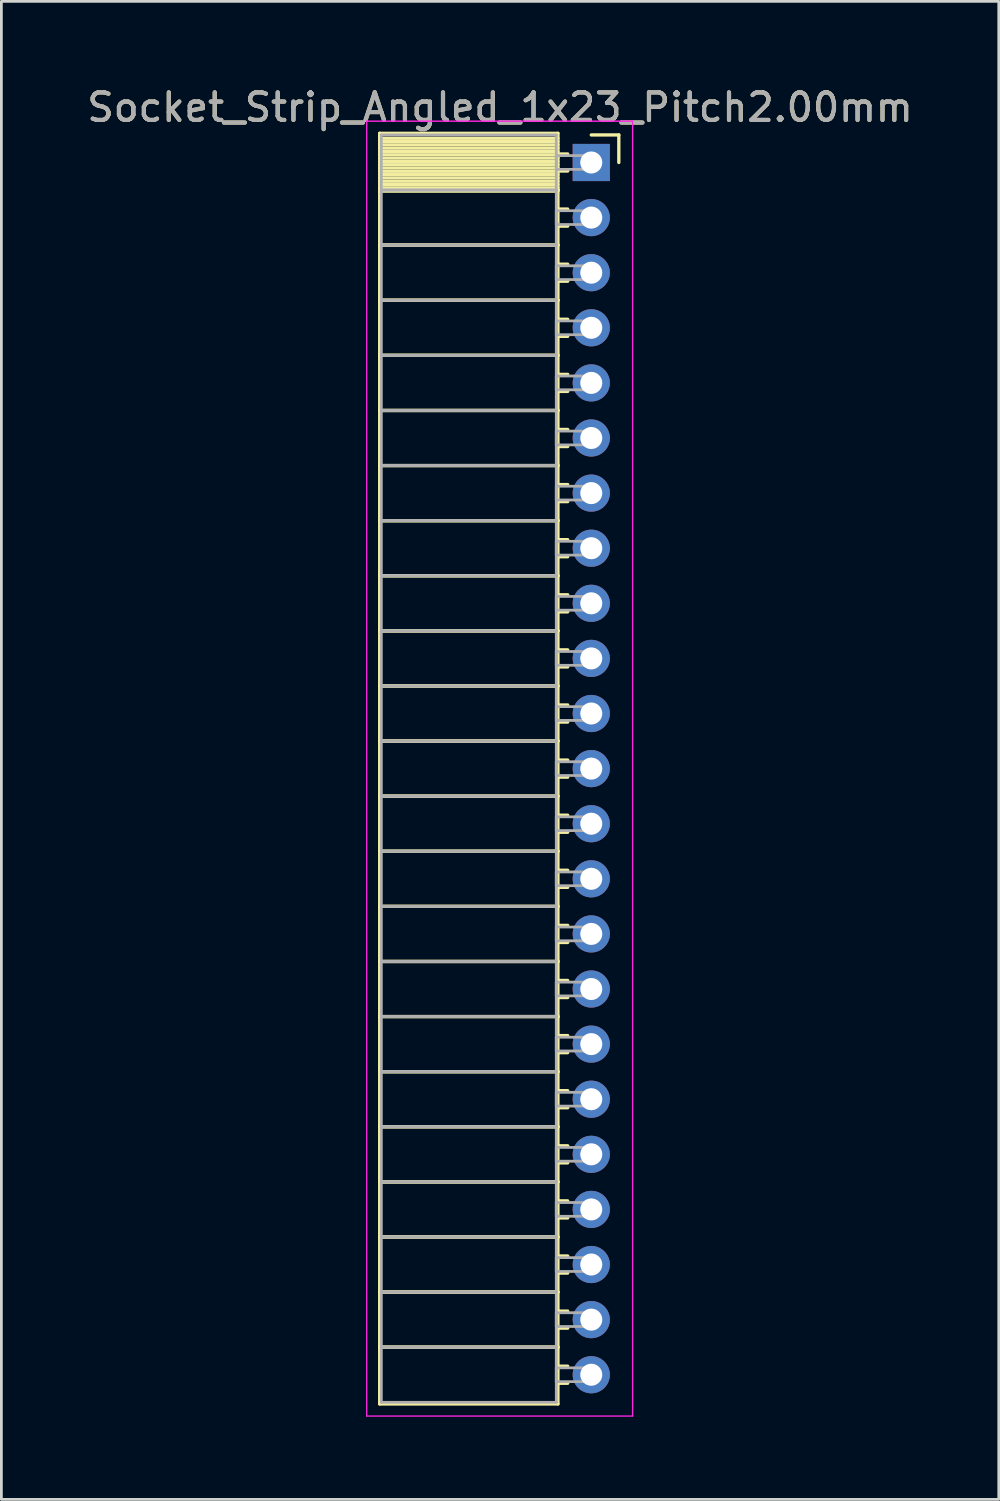
<source format=kicad_pcb>
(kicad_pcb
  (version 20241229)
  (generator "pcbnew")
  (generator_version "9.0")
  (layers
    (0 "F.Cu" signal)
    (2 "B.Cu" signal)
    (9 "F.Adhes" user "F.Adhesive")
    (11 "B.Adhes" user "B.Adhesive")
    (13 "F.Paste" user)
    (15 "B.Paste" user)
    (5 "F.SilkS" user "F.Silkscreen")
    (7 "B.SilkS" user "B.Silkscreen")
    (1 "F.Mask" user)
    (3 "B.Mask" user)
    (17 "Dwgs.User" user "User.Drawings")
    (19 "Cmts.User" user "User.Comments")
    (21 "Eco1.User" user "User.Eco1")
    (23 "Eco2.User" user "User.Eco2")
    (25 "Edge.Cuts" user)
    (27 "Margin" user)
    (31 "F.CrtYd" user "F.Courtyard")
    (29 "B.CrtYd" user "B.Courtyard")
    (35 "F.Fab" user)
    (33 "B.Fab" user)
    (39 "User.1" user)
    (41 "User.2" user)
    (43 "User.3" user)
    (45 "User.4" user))
  (footprint "Socket_Strip_Angled_1x23_Pitch2.00mm"
    (layer "F.Cu")
    (at 18.411 2.848)
    (property "Reference" "Socket_Strip_Angled_1x23_Pitch2.00mm" (at -3.31 -2 0) (layer "F.SilkS") (effects (font (size 1 1) (thickness 0.15))))
    (attr through_hole)
    (fp_line (start -7.68 -1.06) (end -1.21 -1.06) (stroke (width 0.12) (type solid)) (layer "F.SilkS"))
    (fp_line (start -7.68 1) (end -7.68 -1.06) (stroke (width 0.12) (type solid)) (layer "F.SilkS"))
    (fp_line (start -7.68 1) (end -1.21 1) (stroke (width 0.12) (type solid)) (layer "F.SilkS"))
    (fp_line (start -7.68 3) (end -7.68 1) (stroke (width 0.12) (type solid)) (layer "F.SilkS"))
    (fp_line (start -7.68 3) (end -1.21 3) (stroke (width 0.12) (type solid)) (layer "F.SilkS"))
    (fp_line (start -7.68 5) (end -7.68 3) (stroke (width 0.12) (type solid)) (layer "F.SilkS"))
    (fp_line (start -7.68 5) (end -1.21 5) (stroke (width 0.12) (type solid)) (layer "F.SilkS"))
    (fp_line (start -7.68 7) (end -7.68 5) (stroke (width 0.12) (type solid)) (layer "F.SilkS"))
    (fp_line (start -7.68 7) (end -1.21 7) (stroke (width 0.12) (type solid)) (layer "F.SilkS"))
    (fp_line (start -7.68 9) (end -7.68 7) (stroke (width 0.12) (type solid)) (layer "F.SilkS"))
    (fp_line (start -7.68 9) (end -1.21 9) (stroke (width 0.12) (type solid)) (layer "F.SilkS"))
    (fp_line (start -7.68 11) (end -7.68 9) (stroke (width 0.12) (type solid)) (layer "F.SilkS"))
    (fp_line (start -7.68 11) (end -1.21 11) (stroke (width 0.12) (type solid)) (layer "F.SilkS"))
    (fp_line (start -7.68 13) (end -7.68 11) (stroke (width 0.12) (type solid)) (layer "F.SilkS"))
    (fp_line (start -7.68 13) (end -1.21 13) (stroke (width 0.12) (type solid)) (layer "F.SilkS"))
    (fp_line (start -7.68 15) (end -7.68 13) (stroke (width 0.12) (type solid)) (layer "F.SilkS"))
    (fp_line (start -7.68 15) (end -1.21 15) (stroke (width 0.12) (type solid)) (layer "F.SilkS"))
    (fp_line (start -7.68 17) (end -7.68 15) (stroke (width 0.12) (type solid)) (layer "F.SilkS"))
    (fp_line (start -7.68 17) (end -1.21 17) (stroke (width 0.12) (type solid)) (layer "F.SilkS"))
    (fp_line (start -7.68 19) (end -7.68 17) (stroke (width 0.12) (type solid)) (layer "F.SilkS"))
    (fp_line (start -7.68 19) (end -1.21 19) (stroke (width 0.12) (type solid)) (layer "F.SilkS"))
    (fp_line (start -7.68 21) (end -7.68 19) (stroke (width 0.12) (type solid)) (layer "F.SilkS"))
    (fp_line (start -7.68 21) (end -1.21 21) (stroke (width 0.12) (type solid)) (layer "F.SilkS"))
    (fp_line (start -7.68 23) (end -7.68 21) (stroke (width 0.12) (type solid)) (layer "F.SilkS"))
    (fp_line (start -7.68 23) (end -1.21 23) (stroke (width 0.12) (type solid)) (layer "F.SilkS"))
    (fp_line (start -7.68 25) (end -7.68 23) (stroke (width 0.12) (type solid)) (layer "F.SilkS"))
    (fp_line (start -7.68 25) (end -1.21 25) (stroke (width 0.12) (type solid)) (layer "F.SilkS"))
    (fp_line (start -7.68 27) (end -7.68 25) (stroke (width 0.12) (type solid)) (layer "F.SilkS"))
    (fp_line (start -7.68 27) (end -1.21 27) (stroke (width 0.12) (type solid)) (layer "F.SilkS"))
    (fp_line (start -7.68 29) (end -7.68 27) (stroke (width 0.12) (type solid)) (layer "F.SilkS"))
    (fp_line (start -7.68 29) (end -1.21 29) (stroke (width 0.12) (type solid)) (layer "F.SilkS"))
    (fp_line (start -7.68 31) (end -7.68 29) (stroke (width 0.12) (type solid)) (layer "F.SilkS"))
    (fp_line (start -7.68 31) (end -1.21 31) (stroke (width 0.12) (type solid)) (layer "F.SilkS"))
    (fp_line (start -7.68 33) (end -7.68 31) (stroke (width 0.12) (type solid)) (layer "F.SilkS"))
    (fp_line (start -7.68 33) (end -1.21 33) (stroke (width 0.12) (type solid)) (layer "F.SilkS"))
    (fp_line (start -7.68 35) (end -7.68 33) (stroke (width 0.12) (type solid)) (layer "F.SilkS"))
    (fp_line (start -7.68 35) (end -1.21 35) (stroke (width 0.12) (type solid)) (layer "F.SilkS"))
    (fp_line (start -7.68 37) (end -7.68 35) (stroke (width 0.12) (type solid)) (layer "F.SilkS"))
    (fp_line (start -7.68 37) (end -1.21 37) (stroke (width 0.12) (type solid)) (layer "F.SilkS"))
    (fp_line (start -7.68 39) (end -7.68 37) (stroke (width 0.12) (type solid)) (layer "F.SilkS"))
    (fp_line (start -7.68 39) (end -1.21 39) (stroke (width 0.12) (type solid)) (layer "F.SilkS"))
    (fp_line (start -7.68 41) (end -7.68 39) (stroke (width 0.12) (type solid)) (layer "F.SilkS"))
    (fp_line (start -7.68 41) (end -1.21 41) (stroke (width 0.12) (type solid)) (layer "F.SilkS"))
    (fp_line (start -7.68 43) (end -7.68 41) (stroke (width 0.12) (type solid)) (layer "F.SilkS"))
    (fp_line (start -7.68 43) (end -1.21 43) (stroke (width 0.12) (type solid)) (layer "F.SilkS"))
    (fp_line (start -7.68 45.06) (end -7.68 43) (stroke (width 0.12) (type solid)) (layer "F.SilkS"))
    (fp_line (start -1.21 -1.06) (end -1.21 1) (stroke (width 0.12) (type solid)) (layer "F.SilkS"))
    (fp_line (start -1.21 -0.88) (end -7.68 -0.88) (stroke (width 0.12) (type solid)) (layer "F.SilkS"))
    (fp_line (start -1.21 -0.76) (end -7.68 -0.76) (stroke (width 0.12) (type solid)) (layer "F.SilkS"))
    (fp_line (start -1.21 -0.64) (end -7.68 -0.64) (stroke (width 0.12) (type solid)) (layer "F.SilkS"))
    (fp_line (start -1.21 -0.52) (end -7.68 -0.52) (stroke (width 0.12) (type solid)) (layer "F.SilkS"))
    (fp_line (start -1.21 -0.4) (end -7.68 -0.4) (stroke (width 0.12) (type solid)) (layer "F.SilkS"))
    (fp_line (start -1.21 -0.28) (end -7.68 -0.28) (stroke (width 0.12) (type solid)) (layer "F.SilkS"))
    (fp_line (start -1.21 -0.16) (end -7.68 -0.16) (stroke (width 0.12) (type solid)) (layer "F.SilkS"))
    (fp_line (start -1.21 -0.04) (end -7.68 -0.04) (stroke (width 0.12) (type solid)) (layer "F.SilkS"))
    (fp_line (start -1.21 0.08) (end -7.68 0.08) (stroke (width 0.12) (type solid)) (layer "F.SilkS"))
    (fp_line (start -1.21 0.2) (end -7.68 0.2) (stroke (width 0.12) (type solid)) (layer "F.SilkS"))
    (fp_line (start -1.21 0.32) (end -7.68 0.32) (stroke (width 0.12) (type solid)) (layer "F.SilkS"))
    (fp_line (start -1.21 0.44) (end -7.68 0.44) (stroke (width 0.12) (type solid)) (layer "F.SilkS"))
    (fp_line (start -1.21 0.56) (end -7.68 0.56) (stroke (width 0.12) (type solid)) (layer "F.SilkS"))
    (fp_line (start -1.21 0.68) (end -7.68 0.68) (stroke (width 0.12) (type solid)) (layer "F.SilkS"))
    (fp_line (start -1.21 0.8) (end -7.68 0.8) (stroke (width 0.12) (type solid)) (layer "F.SilkS"))
    (fp_line (start -1.21 0.92) (end -7.68 0.92) (stroke (width 0.12) (type solid)) (layer "F.SilkS"))
    (fp_line (start -1.21 1) (end -7.68 1) (stroke (width 0.12) (type solid)) (layer "F.SilkS"))
    (fp_line (start -1.21 1) (end -1.21 3) (stroke (width 0.12) (type solid)) (layer "F.SilkS"))
    (fp_line (start -1.21 1.04) (end -7.68 1.04) (stroke (width 0.12) (type solid)) (layer "F.SilkS"))
    (fp_line (start -1.21 3) (end -7.68 3) (stroke (width 0.12) (type solid)) (layer "F.SilkS"))
    (fp_line (start -1.21 3) (end -1.21 5) (stroke (width 0.12) (type solid)) (layer "F.SilkS"))
    (fp_line (start -1.21 5) (end -7.68 5) (stroke (width 0.12) (type solid)) (layer "F.SilkS"))
    (fp_line (start -1.21 5) (end -1.21 7) (stroke (width 0.12) (type solid)) (layer "F.SilkS"))
    (fp_line (start -1.21 7) (end -7.68 7) (stroke (width 0.12) (type solid)) (layer "F.SilkS"))
    (fp_line (start -1.21 7) (end -1.21 9) (stroke (width 0.12) (type solid)) (layer "F.SilkS"))
    (fp_line (start -1.21 9) (end -7.68 9) (stroke (width 0.12) (type solid)) (layer "F.SilkS"))
    (fp_line (start -1.21 9) (end -1.21 11) (stroke (width 0.12) (type solid)) (layer "F.SilkS"))
    (fp_line (start -1.21 11) (end -7.68 11) (stroke (width 0.12) (type solid)) (layer "F.SilkS"))
    (fp_line (start -1.21 11) (end -1.21 13) (stroke (width 0.12) (type solid)) (layer "F.SilkS"))
    (fp_line (start -1.21 13) (end -7.68 13) (stroke (width 0.12) (type solid)) (layer "F.SilkS"))
    (fp_line (start -1.21 13) (end -1.21 15) (stroke (width 0.12) (type solid)) (layer "F.SilkS"))
    (fp_line (start -1.21 15) (end -7.68 15) (stroke (width 0.12) (type solid)) (layer "F.SilkS"))
    (fp_line (start -1.21 15) (end -1.21 17) (stroke (width 0.12) (type solid)) (layer "F.SilkS"))
    (fp_line (start -1.21 17) (end -7.68 17) (stroke (width 0.12) (type solid)) (layer "F.SilkS"))
    (fp_line (start -1.21 17) (end -1.21 19) (stroke (width 0.12) (type solid)) (layer "F.SilkS"))
    (fp_line (start -1.21 19) (end -7.68 19) (stroke (width 0.12) (type solid)) (layer "F.SilkS"))
    (fp_line (start -1.21 19) (end -1.21 21) (stroke (width 0.12) (type solid)) (layer "F.SilkS"))
    (fp_line (start -1.21 21) (end -7.68 21) (stroke (width 0.12) (type solid)) (layer "F.SilkS"))
    (fp_line (start -1.21 21) (end -1.21 23) (stroke (width 0.12) (type solid)) (layer "F.SilkS"))
    (fp_line (start -1.21 23) (end -7.68 23) (stroke (width 0.12) (type solid)) (layer "F.SilkS"))
    (fp_line (start -1.21 23) (end -1.21 25) (stroke (width 0.12) (type solid)) (layer "F.SilkS"))
    (fp_line (start -1.21 25) (end -7.68 25) (stroke (width 0.12) (type solid)) (layer "F.SilkS"))
    (fp_line (start -1.21 25) (end -1.21 27) (stroke (width 0.12) (type solid)) (layer "F.SilkS"))
    (fp_line (start -1.21 27) (end -7.68 27) (stroke (width 0.12) (type solid)) (layer "F.SilkS"))
    (fp_line (start -1.21 27) (end -1.21 29) (stroke (width 0.12) (type solid)) (layer "F.SilkS"))
    (fp_line (start -1.21 29) (end -7.68 29) (stroke (width 0.12) (type solid)) (layer "F.SilkS"))
    (fp_line (start -1.21 29) (end -1.21 31) (stroke (width 0.12) (type solid)) (layer "F.SilkS"))
    (fp_line (start -1.21 31) (end -7.68 31) (stroke (width 0.12) (type solid)) (layer "F.SilkS"))
    (fp_line (start -1.21 31) (end -1.21 33) (stroke (width 0.12) (type solid)) (layer "F.SilkS"))
    (fp_line (start -1.21 33) (end -7.68 33) (stroke (width 0.12) (type solid)) (layer "F.SilkS"))
    (fp_line (start -1.21 33) (end -1.21 35) (stroke (width 0.12) (type solid)) (layer "F.SilkS"))
    (fp_line (start -1.21 35) (end -7.68 35) (stroke (width 0.12) (type solid)) (layer "F.SilkS"))
    (fp_line (start -1.21 35) (end -1.21 37) (stroke (width 0.12) (type solid)) (layer "F.SilkS"))
    (fp_line (start -1.21 37) (end -7.68 37) (stroke (width 0.12) (type solid)) (layer "F.SilkS"))
    (fp_line (start -1.21 37) (end -1.21 39) (stroke (width 0.12) (type solid)) (layer "F.SilkS"))
    (fp_line (start -1.21 39) (end -7.68 39) (stroke (width 0.12) (type solid)) (layer "F.SilkS"))
    (fp_line (start -1.21 39) (end -1.21 41) (stroke (width 0.12) (type solid)) (layer "F.SilkS"))
    (fp_line (start -1.21 41) (end -7.68 41) (stroke (width 0.12) (type solid)) (layer "F.SilkS"))
    (fp_line (start -1.21 41) (end -1.21 43) (stroke (width 0.12) (type solid)) (layer "F.SilkS"))
    (fp_line (start -1.21 43) (end -7.68 43) (stroke (width 0.12) (type solid)) (layer "F.SilkS"))
    (fp_line (start -1.21 43) (end -1.21 45.06) (stroke (width 0.12) (type solid)) (layer "F.SilkS"))
    (fp_line (start -1.21 45.06) (end -7.68 45.06) (stroke (width 0.12) (type solid)) (layer "F.SilkS"))
    (fp_line (start -0.855 -0.31) (end -1.21 -0.31) (stroke (width 0.12) (type solid)) (layer "F.SilkS"))
    (fp_line (start -0.855 0.31) (end -1.21 0.31) (stroke (width 0.12) (type solid)) (layer "F.SilkS"))
    (fp_line (start -0.855 1.69) (end -1.21 1.69) (stroke (width 0.12) (type solid)) (layer "F.SilkS"))
    (fp_line (start -0.855 2.31) (end -1.21 2.31) (stroke (width 0.12) (type solid)) (layer "F.SilkS"))
    (fp_line (start -0.855 3.69) (end -1.21 3.69) (stroke (width 0.12) (type solid)) (layer "F.SilkS"))
    (fp_line (start -0.855 4.31) (end -1.21 4.31) (stroke (width 0.12) (type solid)) (layer "F.SilkS"))
    (fp_line (start -0.855 5.69) (end -1.21 5.69) (stroke (width 0.12) (type solid)) (layer "F.SilkS"))
    (fp_line (start -0.855 6.31) (end -1.21 6.31) (stroke (width 0.12) (type solid)) (layer "F.SilkS"))
    (fp_line (start -0.855 7.69) (end -1.21 7.69) (stroke (width 0.12) (type solid)) (layer "F.SilkS"))
    (fp_line (start -0.855 8.31) (end -1.21 8.31) (stroke (width 0.12) (type solid)) (layer "F.SilkS"))
    (fp_line (start -0.855 9.69) (end -1.21 9.69) (stroke (width 0.12) (type solid)) (layer "F.SilkS"))
    (fp_line (start -0.855 10.31) (end -1.21 10.31) (stroke (width 0.12) (type solid)) (layer "F.SilkS"))
    (fp_line (start -0.855 11.69) (end -1.21 11.69) (stroke (width 0.12) (type solid)) (layer "F.SilkS"))
    (fp_line (start -0.855 12.31) (end -1.21 12.31) (stroke (width 0.12) (type solid)) (layer "F.SilkS"))
    (fp_line (start -0.855 13.69) (end -1.21 13.69) (stroke (width 0.12) (type solid)) (layer "F.SilkS"))
    (fp_line (start -0.855 14.31) (end -1.21 14.31) (stroke (width 0.12) (type solid)) (layer "F.SilkS"))
    (fp_line (start -0.855 15.69) (end -1.21 15.69) (stroke (width 0.12) (type solid)) (layer "F.SilkS"))
    (fp_line (start -0.855 16.31) (end -1.21 16.31) (stroke (width 0.12) (type solid)) (layer "F.SilkS"))
    (fp_line (start -0.855 17.69) (end -1.21 17.69) (stroke (width 0.12) (type solid)) (layer "F.SilkS"))
    (fp_line (start -0.855 18.31) (end -1.21 18.31) (stroke (width 0.12) (type solid)) (layer "F.SilkS"))
    (fp_line (start -0.855 19.69) (end -1.21 19.69) (stroke (width 0.12) (type solid)) (layer "F.SilkS"))
    (fp_line (start -0.855 20.31) (end -1.21 20.31) (stroke (width 0.12) (type solid)) (layer "F.SilkS"))
    (fp_line (start -0.855 21.69) (end -1.21 21.69) (stroke (width 0.12) (type solid)) (layer "F.SilkS"))
    (fp_line (start -0.855 22.31) (end -1.21 22.31) (stroke (width 0.12) (type solid)) (layer "F.SilkS"))
    (fp_line (start -0.855 23.69) (end -1.21 23.69) (stroke (width 0.12) (type solid)) (layer "F.SilkS"))
    (fp_line (start -0.855 24.31) (end -1.21 24.31) (stroke (width 0.12) (type solid)) (layer "F.SilkS"))
    (fp_line (start -0.855 25.69) (end -1.21 25.69) (stroke (width 0.12) (type solid)) (layer "F.SilkS"))
    (fp_line (start -0.855 26.31) (end -1.21 26.31) (stroke (width 0.12) (type solid)) (layer "F.SilkS"))
    (fp_line (start -0.855 27.69) (end -1.21 27.69) (stroke (width 0.12) (type solid)) (layer "F.SilkS"))
    (fp_line (start -0.855 28.31) (end -1.21 28.31) (stroke (width 0.12) (type solid)) (layer "F.SilkS"))
    (fp_line (start -0.855 29.69) (end -1.21 29.69) (stroke (width 0.12) (type solid)) (layer "F.SilkS"))
    (fp_line (start -0.855 30.31) (end -1.21 30.31) (stroke (width 0.12) (type solid)) (layer "F.SilkS"))
    (fp_line (start -0.855 31.69) (end -1.21 31.69) (stroke (width 0.12) (type solid)) (layer "F.SilkS"))
    (fp_line (start -0.855 32.31) (end -1.21 32.31) (stroke (width 0.12) (type solid)) (layer "F.SilkS"))
    (fp_line (start -0.855 33.69) (end -1.21 33.69) (stroke (width 0.12) (type solid)) (layer "F.SilkS"))
    (fp_line (start -0.855 34.31) (end -1.21 34.31) (stroke (width 0.12) (type solid)) (layer "F.SilkS"))
    (fp_line (start -0.855 35.69) (end -1.21 35.69) (stroke (width 0.12) (type solid)) (layer "F.SilkS"))
    (fp_line (start -0.855 36.31) (end -1.21 36.31) (stroke (width 0.12) (type solid)) (layer "F.SilkS"))
    (fp_line (start -0.855 37.69) (end -1.21 37.69) (stroke (width 0.12) (type solid)) (layer "F.SilkS"))
    (fp_line (start -0.855 38.31) (end -1.21 38.31) (stroke (width 0.12) (type solid)) (layer "F.SilkS"))
    (fp_line (start -0.855 39.69) (end -1.21 39.69) (stroke (width 0.12) (type solid)) (layer "F.SilkS"))
    (fp_line (start -0.855 40.31) (end -1.21 40.31) (stroke (width 0.12) (type solid)) (layer "F.SilkS"))
    (fp_line (start -0.855 41.69) (end -1.21 41.69) (stroke (width 0.12) (type solid)) (layer "F.SilkS"))
    (fp_line (start -0.855 42.31) (end -1.21 42.31) (stroke (width 0.12) (type solid)) (layer "F.SilkS"))
    (fp_line (start -0.855 43.69) (end -1.21 43.69) (stroke (width 0.12) (type solid)) (layer "F.SilkS"))
    (fp_line (start -0.855 44.31) (end -1.21 44.31) (stroke (width 0.12) (type solid)) (layer "F.SilkS"))
    (fp_line (start 0 -1) (end 1 -1) (stroke (width 0.12) (type solid)) (layer "F.SilkS"))
    (fp_line (start 1 -1) (end 1 0) (stroke (width 0.12) (type solid)) (layer "F.SilkS"))
    (fp_line (start -8.15 -1.5) (end 1.5 -1.5) (stroke (width 0.05) (type solid)) (layer "F.CrtYd"))
    (fp_line (start -8.15 45.5) (end -8.15 -1.5) (stroke (width 0.05) (type solid)) (layer "F.CrtYd"))
    (fp_line (start 1.5 -1.5) (end 1.5 45.5) (stroke (width 0.05) (type solid)) (layer "F.CrtYd"))
    (fp_line (start 1.5 45.5) (end -8.15 45.5) (stroke (width 0.05) (type solid)) (layer "F.CrtYd"))
    (fp_line (start -7.62 -1) (end -1.27 -1) (stroke (width 0.1) (type solid)) (layer "F.Fab"))
    (fp_line (start -7.62 1) (end -7.62 -1) (stroke (width 0.1) (type solid)) (layer "F.Fab"))
    (fp_line (start -7.62 1) (end -1.27 1) (stroke (width 0.1) (type solid)) (layer "F.Fab"))
    (fp_line (start -7.62 3) (end -7.62 1) (stroke (width 0.1) (type solid)) (layer "F.Fab"))
    (fp_line (start -7.62 3) (end -1.27 3) (stroke (width 0.1) (type solid)) (layer "F.Fab"))
    (fp_line (start -7.62 5) (end -7.62 3) (stroke (width 0.1) (type solid)) (layer "F.Fab"))
    (fp_line (start -7.62 5) (end -1.27 5) (stroke (width 0.1) (type solid)) (layer "F.Fab"))
    (fp_line (start -7.62 7) (end -7.62 5) (stroke (width 0.1) (type solid)) (layer "F.Fab"))
    (fp_line (start -7.62 7) (end -1.27 7) (stroke (width 0.1) (type solid)) (layer "F.Fab"))
    (fp_line (start -7.62 9) (end -7.62 7) (stroke (width 0.1) (type solid)) (layer "F.Fab"))
    (fp_line (start -7.62 9) (end -1.27 9) (stroke (width 0.1) (type solid)) (layer "F.Fab"))
    (fp_line (start -7.62 11) (end -7.62 9) (stroke (width 0.1) (type solid)) (layer "F.Fab"))
    (fp_line (start -7.62 11) (end -1.27 11) (stroke (width 0.1) (type solid)) (layer "F.Fab"))
    (fp_line (start -7.62 13) (end -7.62 11) (stroke (width 0.1) (type solid)) (layer "F.Fab"))
    (fp_line (start -7.62 13) (end -1.27 13) (stroke (width 0.1) (type solid)) (layer "F.Fab"))
    (fp_line (start -7.62 15) (end -7.62 13) (stroke (width 0.1) (type solid)) (layer "F.Fab"))
    (fp_line (start -7.62 15) (end -1.27 15) (stroke (width 0.1) (type solid)) (layer "F.Fab"))
    (fp_line (start -7.62 17) (end -7.62 15) (stroke (width 0.1) (type solid)) (layer "F.Fab"))
    (fp_line (start -7.62 17) (end -1.27 17) (stroke (width 0.1) (type solid)) (layer "F.Fab"))
    (fp_line (start -7.62 19) (end -7.62 17) (stroke (width 0.1) (type solid)) (layer "F.Fab"))
    (fp_line (start -7.62 19) (end -1.27 19) (stroke (width 0.1) (type solid)) (layer "F.Fab"))
    (fp_line (start -7.62 21) (end -7.62 19) (stroke (width 0.1) (type solid)) (layer "F.Fab"))
    (fp_line (start -7.62 21) (end -1.27 21) (stroke (width 0.1) (type solid)) (layer "F.Fab"))
    (fp_line (start -7.62 23) (end -7.62 21) (stroke (width 0.1) (type solid)) (layer "F.Fab"))
    (fp_line (start -7.62 23) (end -1.27 23) (stroke (width 0.1) (type solid)) (layer "F.Fab"))
    (fp_line (start -7.62 25) (end -7.62 23) (stroke (width 0.1) (type solid)) (layer "F.Fab"))
    (fp_line (start -7.62 25) (end -1.27 25) (stroke (width 0.1) (type solid)) (layer "F.Fab"))
    (fp_line (start -7.62 27) (end -7.62 25) (stroke (width 0.1) (type solid)) (layer "F.Fab"))
    (fp_line (start -7.62 27) (end -1.27 27) (stroke (width 0.1) (type solid)) (layer "F.Fab"))
    (fp_line (start -7.62 29) (end -7.62 27) (stroke (width 0.1) (type solid)) (layer "F.Fab"))
    (fp_line (start -7.62 29) (end -1.27 29) (stroke (width 0.1) (type solid)) (layer "F.Fab"))
    (fp_line (start -7.62 31) (end -7.62 29) (stroke (width 0.1) (type solid)) (layer "F.Fab"))
    (fp_line (start -7.62 31) (end -1.27 31) (stroke (width 0.1) (type solid)) (layer "F.Fab"))
    (fp_line (start -7.62 33) (end -7.62 31) (stroke (width 0.1) (type solid)) (layer "F.Fab"))
    (fp_line (start -7.62 33) (end -1.27 33) (stroke (width 0.1) (type solid)) (layer "F.Fab"))
    (fp_line (start -7.62 35) (end -7.62 33) (stroke (width 0.1) (type solid)) (layer "F.Fab"))
    (fp_line (start -7.62 35) (end -1.27 35) (stroke (width 0.1) (type solid)) (layer "F.Fab"))
    (fp_line (start -7.62 37) (end -7.62 35) (stroke (width 0.1) (type solid)) (layer "F.Fab"))
    (fp_line (start -7.62 37) (end -1.27 37) (stroke (width 0.1) (type solid)) (layer "F.Fab"))
    (fp_line (start -7.62 39) (end -7.62 37) (stroke (width 0.1) (type solid)) (layer "F.Fab"))
    (fp_line (start -7.62 39) (end -1.27 39) (stroke (width 0.1) (type solid)) (layer "F.Fab"))
    (fp_line (start -7.62 41) (end -7.62 39) (stroke (width 0.1) (type solid)) (layer "F.Fab"))
    (fp_line (start -7.62 41) (end -1.27 41) (stroke (width 0.1) (type solid)) (layer "F.Fab"))
    (fp_line (start -7.62 43) (end -7.62 41) (stroke (width 0.1) (type solid)) (layer "F.Fab"))
    (fp_line (start -7.62 43) (end -1.27 43) (stroke (width 0.1) (type solid)) (layer "F.Fab"))
    (fp_line (start -7.62 45) (end -7.62 43) (stroke (width 0.1) (type solid)) (layer "F.Fab"))
    (fp_line (start -1.27 -1) (end -1.27 1) (stroke (width 0.1) (type solid)) (layer "F.Fab"))
    (fp_line (start -1.27 -0.25) (end 0 -0.25) (stroke (width 0.1) (type solid)) (layer "F.Fab"))
    (fp_line (start -1.27 0.25) (end -1.27 -0.25) (stroke (width 0.1) (type solid)) (layer "F.Fab"))
    (fp_line (start -1.27 1) (end -7.62 1) (stroke (width 0.1) (type solid)) (layer "F.Fab"))
    (fp_line (start -1.27 1) (end -1.27 3) (stroke (width 0.1) (type solid)) (layer "F.Fab"))
    (fp_line (start -1.27 1.75) (end 0 1.75) (stroke (width 0.1) (type solid)) (layer "F.Fab"))
    (fp_line (start -1.27 2.25) (end -1.27 1.75) (stroke (width 0.1) (type solid)) (layer "F.Fab"))
    (fp_line (start -1.27 3) (end -7.62 3) (stroke (width 0.1) (type solid)) (layer "F.Fab"))
    (fp_line (start -1.27 3) (end -1.27 5) (stroke (width 0.1) (type solid)) (layer "F.Fab"))
    (fp_line (start -1.27 3.75) (end 0 3.75) (stroke (width 0.1) (type solid)) (layer "F.Fab"))
    (fp_line (start -1.27 4.25) (end -1.27 3.75) (stroke (width 0.1) (type solid)) (layer "F.Fab"))
    (fp_line (start -1.27 5) (end -7.62 5) (stroke (width 0.1) (type solid)) (layer "F.Fab"))
    (fp_line (start -1.27 5) (end -1.27 7) (stroke (width 0.1) (type solid)) (layer "F.Fab"))
    (fp_line (start -1.27 5.75) (end 0 5.75) (stroke (width 0.1) (type solid)) (layer "F.Fab"))
    (fp_line (start -1.27 6.25) (end -1.27 5.75) (stroke (width 0.1) (type solid)) (layer "F.Fab"))
    (fp_line (start -1.27 7) (end -7.62 7) (stroke (width 0.1) (type solid)) (layer "F.Fab"))
    (fp_line (start -1.27 7) (end -1.27 9) (stroke (width 0.1) (type solid)) (layer "F.Fab"))
    (fp_line (start -1.27 7.75) (end 0 7.75) (stroke (width 0.1) (type solid)) (layer "F.Fab"))
    (fp_line (start -1.27 8.25) (end -1.27 7.75) (stroke (width 0.1) (type solid)) (layer "F.Fab"))
    (fp_line (start -1.27 9) (end -7.62 9) (stroke (width 0.1) (type solid)) (layer "F.Fab"))
    (fp_line (start -1.27 9) (end -1.27 11) (stroke (width 0.1) (type solid)) (layer "F.Fab"))
    (fp_line (start -1.27 9.75) (end 0 9.75) (stroke (width 0.1) (type solid)) (layer "F.Fab"))
    (fp_line (start -1.27 10.25) (end -1.27 9.75) (stroke (width 0.1) (type solid)) (layer "F.Fab"))
    (fp_line (start -1.27 11) (end -7.62 11) (stroke (width 0.1) (type solid)) (layer "F.Fab"))
    (fp_line (start -1.27 11) (end -1.27 13) (stroke (width 0.1) (type solid)) (layer "F.Fab"))
    (fp_line (start -1.27 11.75) (end 0 11.75) (stroke (width 0.1) (type solid)) (layer "F.Fab"))
    (fp_line (start -1.27 12.25) (end -1.27 11.75) (stroke (width 0.1) (type solid)) (layer "F.Fab"))
    (fp_line (start -1.27 13) (end -7.62 13) (stroke (width 0.1) (type solid)) (layer "F.Fab"))
    (fp_line (start -1.27 13) (end -1.27 15) (stroke (width 0.1) (type solid)) (layer "F.Fab"))
    (fp_line (start -1.27 13.75) (end 0 13.75) (stroke (width 0.1) (type solid)) (layer "F.Fab"))
    (fp_line (start -1.27 14.25) (end -1.27 13.75) (stroke (width 0.1) (type solid)) (layer "F.Fab"))
    (fp_line (start -1.27 15) (end -7.62 15) (stroke (width 0.1) (type solid)) (layer "F.Fab"))
    (fp_line (start -1.27 15) (end -1.27 17) (stroke (width 0.1) (type solid)) (layer "F.Fab"))
    (fp_line (start -1.27 15.75) (end 0 15.75) (stroke (width 0.1) (type solid)) (layer "F.Fab"))
    (fp_line (start -1.27 16.25) (end -1.27 15.75) (stroke (width 0.1) (type solid)) (layer "F.Fab"))
    (fp_line (start -1.27 17) (end -7.62 17) (stroke (width 0.1) (type solid)) (layer "F.Fab"))
    (fp_line (start -1.27 17) (end -1.27 19) (stroke (width 0.1) (type solid)) (layer "F.Fab"))
    (fp_line (start -1.27 17.75) (end 0 17.75) (stroke (width 0.1) (type solid)) (layer "F.Fab"))
    (fp_line (start -1.27 18.25) (end -1.27 17.75) (stroke (width 0.1) (type solid)) (layer "F.Fab"))
    (fp_line (start -1.27 19) (end -7.62 19) (stroke (width 0.1) (type solid)) (layer "F.Fab"))
    (fp_line (start -1.27 19) (end -1.27 21) (stroke (width 0.1) (type solid)) (layer "F.Fab"))
    (fp_line (start -1.27 19.75) (end 0 19.75) (stroke (width 0.1) (type solid)) (layer "F.Fab"))
    (fp_line (start -1.27 20.25) (end -1.27 19.75) (stroke (width 0.1) (type solid)) (layer "F.Fab"))
    (fp_line (start -1.27 21) (end -7.62 21) (stroke (width 0.1) (type solid)) (layer "F.Fab"))
    (fp_line (start -1.27 21) (end -1.27 23) (stroke (width 0.1) (type solid)) (layer "F.Fab"))
    (fp_line (start -1.27 21.75) (end 0 21.75) (stroke (width 0.1) (type solid)) (layer "F.Fab"))
    (fp_line (start -1.27 22.25) (end -1.27 21.75) (stroke (width 0.1) (type solid)) (layer "F.Fab"))
    (fp_line (start -1.27 23) (end -7.62 23) (stroke (width 0.1) (type solid)) (layer "F.Fab"))
    (fp_line (start -1.27 23) (end -1.27 25) (stroke (width 0.1) (type solid)) (layer "F.Fab"))
    (fp_line (start -1.27 23.75) (end 0 23.75) (stroke (width 0.1) (type solid)) (layer "F.Fab"))
    (fp_line (start -1.27 24.25) (end -1.27 23.75) (stroke (width 0.1) (type solid)) (layer "F.Fab"))
    (fp_line (start -1.27 25) (end -7.62 25) (stroke (width 0.1) (type solid)) (layer "F.Fab"))
    (fp_line (start -1.27 25) (end -1.27 27) (stroke (width 0.1) (type solid)) (layer "F.Fab"))
    (fp_line (start -1.27 25.75) (end 0 25.75) (stroke (width 0.1) (type solid)) (layer "F.Fab"))
    (fp_line (start -1.27 26.25) (end -1.27 25.75) (stroke (width 0.1) (type solid)) (layer "F.Fab"))
    (fp_line (start -1.27 27) (end -7.62 27) (stroke (width 0.1) (type solid)) (layer "F.Fab"))
    (fp_line (start -1.27 27) (end -1.27 29) (stroke (width 0.1) (type solid)) (layer "F.Fab"))
    (fp_line (start -1.27 27.75) (end 0 27.75) (stroke (width 0.1) (type solid)) (layer "F.Fab"))
    (fp_line (start -1.27 28.25) (end -1.27 27.75) (stroke (width 0.1) (type solid)) (layer "F.Fab"))
    (fp_line (start -1.27 29) (end -7.62 29) (stroke (width 0.1) (type solid)) (layer "F.Fab"))
    (fp_line (start -1.27 29) (end -1.27 31) (stroke (width 0.1) (type solid)) (layer "F.Fab"))
    (fp_line (start -1.27 29.75) (end 0 29.75) (stroke (width 0.1) (type solid)) (layer "F.Fab"))
    (fp_line (start -1.27 30.25) (end -1.27 29.75) (stroke (width 0.1) (type solid)) (layer "F.Fab"))
    (fp_line (start -1.27 31) (end -7.62 31) (stroke (width 0.1) (type solid)) (layer "F.Fab"))
    (fp_line (start -1.27 31) (end -1.27 33) (stroke (width 0.1) (type solid)) (layer "F.Fab"))
    (fp_line (start -1.27 31.75) (end 0 31.75) (stroke (width 0.1) (type solid)) (layer "F.Fab"))
    (fp_line (start -1.27 32.25) (end -1.27 31.75) (stroke (width 0.1) (type solid)) (layer "F.Fab"))
    (fp_line (start -1.27 33) (end -7.62 33) (stroke (width 0.1) (type solid)) (layer "F.Fab"))
    (fp_line (start -1.27 33) (end -1.27 35) (stroke (width 0.1) (type solid)) (layer "F.Fab"))
    (fp_line (start -1.27 33.75) (end 0 33.75) (stroke (width 0.1) (type solid)) (layer "F.Fab"))
    (fp_line (start -1.27 34.25) (end -1.27 33.75) (stroke (width 0.1) (type solid)) (layer "F.Fab"))
    (fp_line (start -1.27 35) (end -7.62 35) (stroke (width 0.1) (type solid)) (layer "F.Fab"))
    (fp_line (start -1.27 35) (end -1.27 37) (stroke (width 0.1) (type solid)) (layer "F.Fab"))
    (fp_line (start -1.27 35.75) (end 0 35.75) (stroke (width 0.1) (type solid)) (layer "F.Fab"))
    (fp_line (start -1.27 36.25) (end -1.27 35.75) (stroke (width 0.1) (type solid)) (layer "F.Fab"))
    (fp_line (start -1.27 37) (end -7.62 37) (stroke (width 0.1) (type solid)) (layer "F.Fab"))
    (fp_line (start -1.27 37) (end -1.27 39) (stroke (width 0.1) (type solid)) (layer "F.Fab"))
    (fp_line (start -1.27 37.75) (end 0 37.75) (stroke (width 0.1) (type solid)) (layer "F.Fab"))
    (fp_line (start -1.27 38.25) (end -1.27 37.75) (stroke (width 0.1) (type solid)) (layer "F.Fab"))
    (fp_line (start -1.27 39) (end -7.62 39) (stroke (width 0.1) (type solid)) (layer "F.Fab"))
    (fp_line (start -1.27 39) (end -1.27 41) (stroke (width 0.1) (type solid)) (layer "F.Fab"))
    (fp_line (start -1.27 39.75) (end 0 39.75) (stroke (width 0.1) (type solid)) (layer "F.Fab"))
    (fp_line (start -1.27 40.25) (end -1.27 39.75) (stroke (width 0.1) (type solid)) (layer "F.Fab"))
    (fp_line (start -1.27 41) (end -7.62 41) (stroke (width 0.1) (type solid)) (layer "F.Fab"))
    (fp_line (start -1.27 41) (end -1.27 43) (stroke (width 0.1) (type solid)) (layer "F.Fab"))
    (fp_line (start -1.27 41.75) (end 0 41.75) (stroke (width 0.1) (type solid)) (layer "F.Fab"))
    (fp_line (start -1.27 42.25) (end -1.27 41.75) (stroke (width 0.1) (type solid)) (layer "F.Fab"))
    (fp_line (start -1.27 43) (end -7.62 43) (stroke (width 0.1) (type solid)) (layer "F.Fab"))
    (fp_line (start -1.27 43) (end -1.27 45) (stroke (width 0.1) (type solid)) (layer "F.Fab"))
    (fp_line (start -1.27 43.75) (end 0 43.75) (stroke (width 0.1) (type solid)) (layer "F.Fab"))
    (fp_line (start -1.27 44.25) (end -1.27 43.75) (stroke (width 0.1) (type solid)) (layer "F.Fab"))
    (fp_line (start -1.27 45) (end -7.62 45) (stroke (width 0.1) (type solid)) (layer "F.Fab"))
    (fp_line (start 0 -0.25) (end 0 0.25) (stroke (width 0.1) (type solid)) (layer "F.Fab"))
    (fp_line (start 0 0.25) (end -1.27 0.25) (stroke (width 0.1) (type solid)) (layer "F.Fab"))
    (fp_line (start 0 1.75) (end 0 2.25) (stroke (width 0.1) (type solid)) (layer "F.Fab"))
    (fp_line (start 0 2.25) (end -1.27 2.25) (stroke (width 0.1) (type solid)) (layer "F.Fab"))
    (fp_line (start 0 3.75) (end 0 4.25) (stroke (width 0.1) (type solid)) (layer "F.Fab"))
    (fp_line (start 0 4.25) (end -1.27 4.25) (stroke (width 0.1) (type solid)) (layer "F.Fab"))
    (fp_line (start 0 5.75) (end 0 6.25) (stroke (width 0.1) (type solid)) (layer "F.Fab"))
    (fp_line (start 0 6.25) (end -1.27 6.25) (stroke (width 0.1) (type solid)) (layer "F.Fab"))
    (fp_line (start 0 7.75) (end 0 8.25) (stroke (width 0.1) (type solid)) (layer "F.Fab"))
    (fp_line (start 0 8.25) (end -1.27 8.25) (stroke (width 0.1) (type solid)) (layer "F.Fab"))
    (fp_line (start 0 9.75) (end 0 10.25) (stroke (width 0.1) (type solid)) (layer "F.Fab"))
    (fp_line (start 0 10.25) (end -1.27 10.25) (stroke (width 0.1) (type solid)) (layer "F.Fab"))
    (fp_line (start 0 11.75) (end 0 12.25) (stroke (width 0.1) (type solid)) (layer "F.Fab"))
    (fp_line (start 0 12.25) (end -1.27 12.25) (stroke (width 0.1) (type solid)) (layer "F.Fab"))
    (fp_line (start 0 13.75) (end 0 14.25) (stroke (width 0.1) (type solid)) (layer "F.Fab"))
    (fp_line (start 0 14.25) (end -1.27 14.25) (stroke (width 0.1) (type solid)) (layer "F.Fab"))
    (fp_line (start 0 15.75) (end 0 16.25) (stroke (width 0.1) (type solid)) (layer "F.Fab"))
    (fp_line (start 0 16.25) (end -1.27 16.25) (stroke (width 0.1) (type solid)) (layer "F.Fab"))
    (fp_line (start 0 17.75) (end 0 18.25) (stroke (width 0.1) (type solid)) (layer "F.Fab"))
    (fp_line (start 0 18.25) (end -1.27 18.25) (stroke (width 0.1) (type solid)) (layer "F.Fab"))
    (fp_line (start 0 19.75) (end 0 20.25) (stroke (width 0.1) (type solid)) (layer "F.Fab"))
    (fp_line (start 0 20.25) (end -1.27 20.25) (stroke (width 0.1) (type solid)) (layer "F.Fab"))
    (fp_line (start 0 21.75) (end 0 22.25) (stroke (width 0.1) (type solid)) (layer "F.Fab"))
    (fp_line (start 0 22.25) (end -1.27 22.25) (stroke (width 0.1) (type solid)) (layer "F.Fab"))
    (fp_line (start 0 23.75) (end 0 24.25) (stroke (width 0.1) (type solid)) (layer "F.Fab"))
    (fp_line (start 0 24.25) (end -1.27 24.25) (stroke (width 0.1) (type solid)) (layer "F.Fab"))
    (fp_line (start 0 25.75) (end 0 26.25) (stroke (width 0.1) (type solid)) (layer "F.Fab"))
    (fp_line (start 0 26.25) (end -1.27 26.25) (stroke (width 0.1) (type solid)) (layer "F.Fab"))
    (fp_line (start 0 27.75) (end 0 28.25) (stroke (width 0.1) (type solid)) (layer "F.Fab"))
    (fp_line (start 0 28.25) (end -1.27 28.25) (stroke (width 0.1) (type solid)) (layer "F.Fab"))
    (fp_line (start 0 29.75) (end 0 30.25) (stroke (width 0.1) (type solid)) (layer "F.Fab"))
    (fp_line (start 0 30.25) (end -1.27 30.25) (stroke (width 0.1) (type solid)) (layer "F.Fab"))
    (fp_line (start 0 31.75) (end 0 32.25) (stroke (width 0.1) (type solid)) (layer "F.Fab"))
    (fp_line (start 0 32.25) (end -1.27 32.25) (stroke (width 0.1) (type solid)) (layer "F.Fab"))
    (fp_line (start 0 33.75) (end 0 34.25) (stroke (width 0.1) (type solid)) (layer "F.Fab"))
    (fp_line (start 0 34.25) (end -1.27 34.25) (stroke (width 0.1) (type solid)) (layer "F.Fab"))
    (fp_line (start 0 35.75) (end 0 36.25) (stroke (width 0.1) (type solid)) (layer "F.Fab"))
    (fp_line (start 0 36.25) (end -1.27 36.25) (stroke (width 0.1) (type solid)) (layer "F.Fab"))
    (fp_line (start 0 37.75) (end 0 38.25) (stroke (width 0.1) (type solid)) (layer "F.Fab"))
    (fp_line (start 0 38.25) (end -1.27 38.25) (stroke (width 0.1) (type solid)) (layer "F.Fab"))
    (fp_line (start 0 39.75) (end 0 40.25) (stroke (width 0.1) (type solid)) (layer "F.Fab"))
    (fp_line (start 0 40.25) (end -1.27 40.25) (stroke (width 0.1) (type solid)) (layer "F.Fab"))
    (fp_line (start 0 41.75) (end 0 42.25) (stroke (width 0.1) (type solid)) (layer "F.Fab"))
    (fp_line (start 0 42.25) (end -1.27 42.25) (stroke (width 0.1) (type solid)) (layer "F.Fab"))
    (fp_line (start 0 43.75) (end 0 44.25) (stroke (width 0.1) (type solid)) (layer "F.Fab"))
    (fp_line (start 0 44.25) (end -1.27 44.25) (stroke (width 0.1) (type solid)) (layer "F.Fab"))
    (fp_text user "${REFERENCE}" (at -3.31 -2 0) (layer "F.Fab") (effects (font (size 1 1) (thickness 0.15))))
    (pad "1" thru_hole rect (at 0 0) (size 1.35 1.35) (drill 0.8) (layers "*.Cu" "*.Mask"))
    (pad "2" thru_hole oval (at 0 2) (size 1.35 1.35) (drill 0.8) (layers "*.Cu" "*.Mask"))
    (pad "3" thru_hole oval (at 0 4) (size 1.35 1.35) (drill 0.8) (layers "*.Cu" "*.Mask"))
    (pad "4" thru_hole oval (at 0 6) (size 1.35 1.35) (drill 0.8) (layers "*.Cu" "*.Mask"))
    (pad "5" thru_hole oval (at 0 8) (size 1.35 1.35) (drill 0.8) (layers "*.Cu" "*.Mask"))
    (pad "6" thru_hole oval (at 0 10) (size 1.35 1.35) (drill 0.8) (layers "*.Cu" "*.Mask"))
    (pad "7" thru_hole oval (at 0 12) (size 1.35 1.35) (drill 0.8) (layers "*.Cu" "*.Mask"))
    (pad "8" thru_hole oval (at 0 14) (size 1.35 1.35) (drill 0.8) (layers "*.Cu" "*.Mask"))
    (pad "9" thru_hole oval (at 0 16) (size 1.35 1.35) (drill 0.8) (layers "*.Cu" "*.Mask"))
    (pad "10" thru_hole oval (at 0 18) (size 1.35 1.35) (drill 0.8) (layers "*.Cu" "*.Mask"))
    (pad "11" thru_hole oval (at 0 20) (size 1.35 1.35) (drill 0.8) (layers "*.Cu" "*.Mask"))
    (pad "12" thru_hole oval (at 0 22) (size 1.35 1.35) (drill 0.8) (layers "*.Cu" "*.Mask"))
    (pad "13" thru_hole oval (at 0 24) (size 1.35 1.35) (drill 0.8) (layers "*.Cu" "*.Mask"))
    (pad "14" thru_hole oval (at 0 26) (size 1.35 1.35) (drill 0.8) (layers "*.Cu" "*.Mask"))
    (pad "15" thru_hole oval (at 0 28) (size 1.35 1.35) (drill 0.8) (layers "*.Cu" "*.Mask"))
    (pad "16" thru_hole oval (at 0 30) (size 1.35 1.35) (drill 0.8) (layers "*.Cu" "*.Mask"))
    (pad "17" thru_hole oval (at 0 32) (size 1.35 1.35) (drill 0.8) (layers "*.Cu" "*.Mask"))
    (pad "18" thru_hole oval (at 0 34) (size 1.35 1.35) (drill 0.8) (layers "*.Cu" "*.Mask"))
    (pad "19" thru_hole oval (at 0 36) (size 1.35 1.35) (drill 0.8) (layers "*.Cu" "*.Mask"))
    (pad "20" thru_hole oval (at 0 38) (size 1.35 1.35) (drill 0.8) (layers "*.Cu" "*.Mask"))
    (pad "21" thru_hole oval (at 0 40) (size 1.35 1.35) (drill 0.8) (layers "*.Cu" "*.Mask"))
    (pad "22" thru_hole oval (at 0 42) (size 1.35 1.35) (drill 0.8) (layers "*.Cu" "*.Mask"))
    (pad "23" thru_hole oval (at 0 44) (size 1.35 1.35) (drill 0.8) (layers "*.Cu" "*.Mask")))
  (gr_rect
    (start -3 -3)
    (end 33.202 51.373)
    (stroke (width 0.1) (type default))
    (fill no)
    (layer "Edge.Cuts")))
</source>
